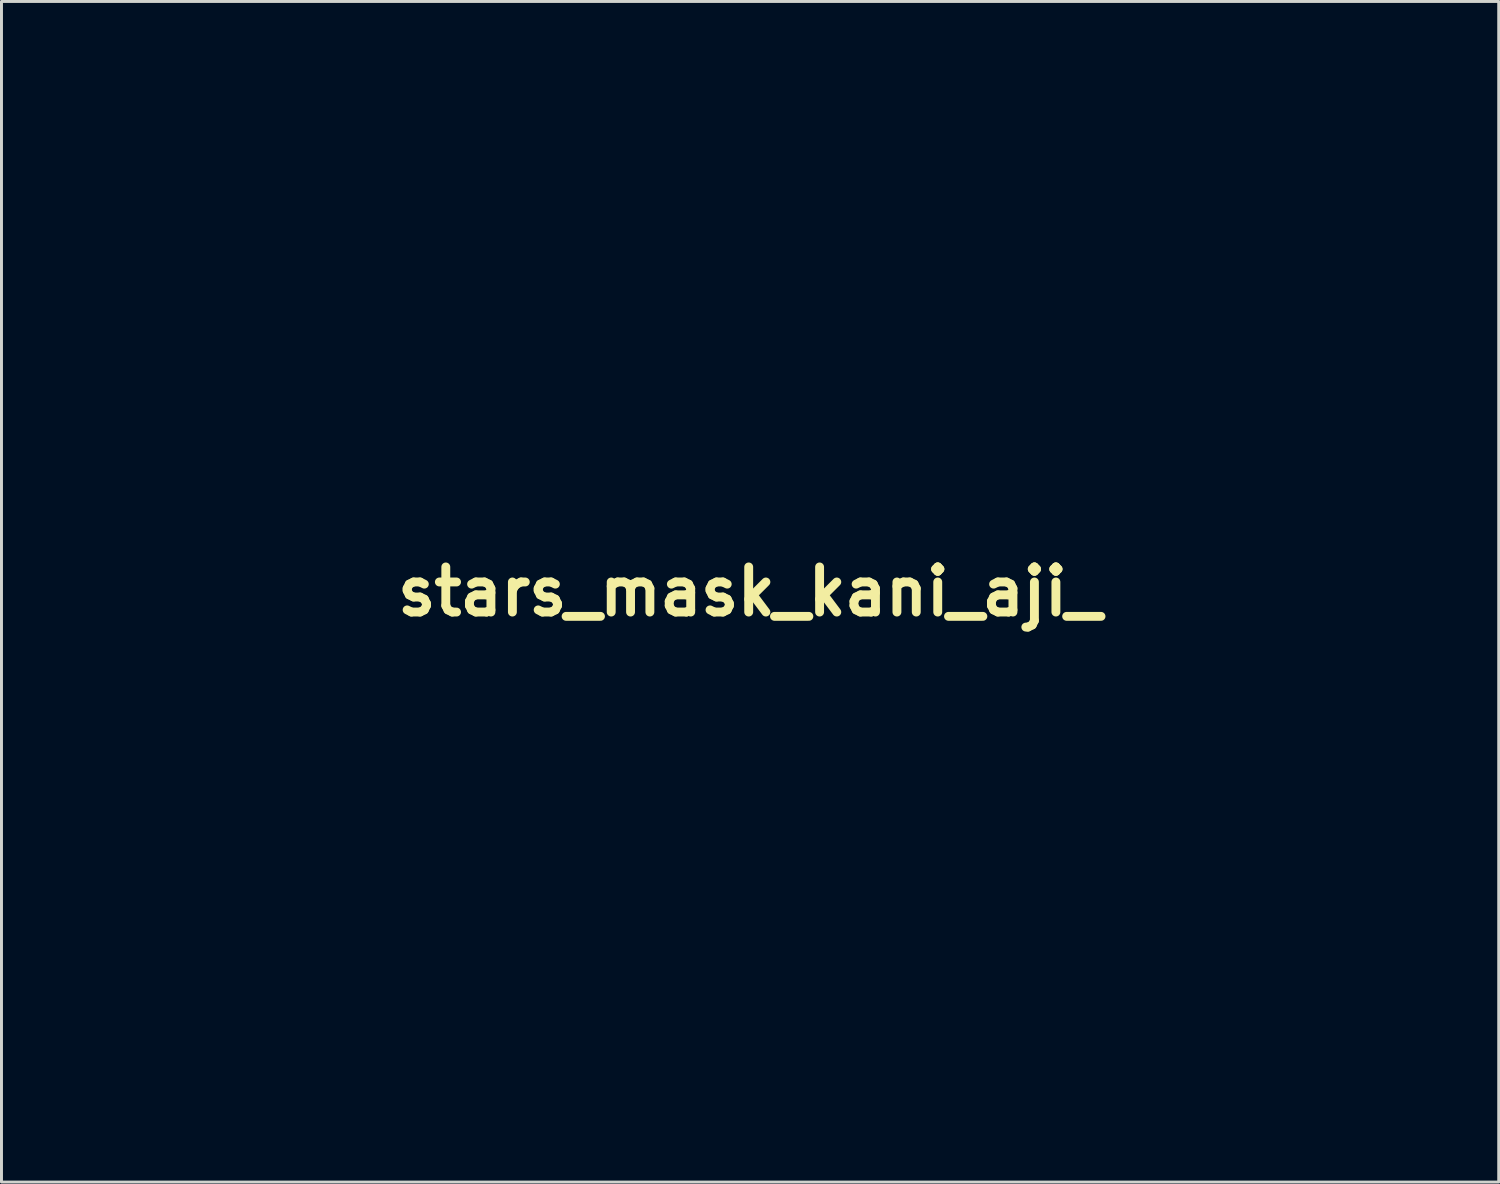
<source format=kicad_pcb>
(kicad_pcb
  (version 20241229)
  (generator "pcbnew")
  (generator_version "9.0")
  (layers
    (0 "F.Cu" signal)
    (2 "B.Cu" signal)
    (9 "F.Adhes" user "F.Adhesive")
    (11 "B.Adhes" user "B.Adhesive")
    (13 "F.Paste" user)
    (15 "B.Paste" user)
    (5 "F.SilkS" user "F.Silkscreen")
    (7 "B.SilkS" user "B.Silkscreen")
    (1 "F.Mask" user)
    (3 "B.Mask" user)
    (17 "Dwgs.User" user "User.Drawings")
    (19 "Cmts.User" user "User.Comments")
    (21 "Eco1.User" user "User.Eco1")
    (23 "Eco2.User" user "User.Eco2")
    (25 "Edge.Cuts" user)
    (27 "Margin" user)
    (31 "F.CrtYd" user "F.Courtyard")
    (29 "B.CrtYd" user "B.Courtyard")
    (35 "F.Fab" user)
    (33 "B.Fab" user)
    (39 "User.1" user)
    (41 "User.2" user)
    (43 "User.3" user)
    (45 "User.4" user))
  (footprint "stars_mask_kani_aji_"
    (layer "F.Cu")
    (at 22.279 16.937)
    (property "Reference" "stars_mask_kani_aji_" (at 0 0 0) (layer "F.SilkS") (effects (font (size 1.524 1.524) (thickness 0.3))))
    (attr through_hole)
    (fp_poly (pts (xy -14.33 -5.472) (xy -14.247 -5.392) (xy -14.211 -5.333) (xy -14.177 -5.237) (xy -14.184 -5.143) (xy -14.213 -5.066) (xy -14.282 -4.968) (xy -14.371 -4.91) (xy -14.472 -4.895) (xy -14.547 -4.915) (xy -14.643 -4.981) (xy -14.704 -5.073) (xy -14.727 -5.18) (xy -14.711 -5.29) (xy -14.654 -5.393) (xy -14.621 -5.428) (xy -14.522 -5.492) (xy -14.423 -5.506) (xy -14.33 -5.472)) (stroke (width 0.01) (type solid)) (fill yes) (layer "F.Mask"))
    (fp_poly (pts (xy 8.14 11.578) (xy 8.209 11.631) (xy 8.27 11.703) (xy 8.306 11.772) (xy 8.319 11.867) (xy 8.286 11.94) (xy 8.207 11.996) (xy 8.19 12.004) (xy 8.124 12.03) (xy 8.078 12.036) (xy 8.029 12.022) (xy 7.986 12.003) (xy 7.918 11.96) (xy 7.883 11.899) (xy 7.874 11.808) (xy 7.893 11.697) (xy 7.944 11.614) (xy 8.021 11.565) (xy 8.077 11.557) (xy 8.14 11.578)) (stroke (width 0.01) (type solid)) (fill yes) (layer "F.Mask"))
    (fp_poly (pts (xy 9.746 13.41) (xy 9.829 13.482) (xy 9.878 13.559) (xy 9.931 13.698) (xy 9.948 13.825) (xy 9.931 13.935) (xy 9.879 14.018) (xy 9.815 14.061) (xy 9.696 14.093) (xy 9.589 14.079) (xy 9.556 14.066) (xy 9.515 14.035) (xy 9.489 13.985) (xy 9.476 13.907) (xy 9.476 13.792) (xy 9.479 13.72) (xy 9.497 13.57) (xy 9.531 13.465) (xy 9.582 13.405) (xy 9.649 13.386) (xy 9.746 13.41)) (stroke (width 0.01) (type solid)) (fill yes) (layer "F.Mask"))
    (fp_poly (pts (xy -10.275 1.271) (xy -10.252 1.28) (xy -10.148 1.347) (xy -10.083 1.442) (xy -10.059 1.553) (xy -10.082 1.671) (xy -10.097 1.703) (xy -10.168 1.787) (xy -10.277 1.838) (xy -10.415 1.854) (xy -10.501 1.85) (xy -10.559 1.829) (xy -10.616 1.784) (xy -10.63 1.77) (xy -10.705 1.667) (xy -10.736 1.563) (xy -10.726 1.463) (xy -10.683 1.374) (xy -10.611 1.303) (xy -10.516 1.258) (xy -10.402 1.245) (xy -10.275 1.271)) (stroke (width 0.01) (type solid)) (fill yes) (layer "F.Mask"))
    (fp_poly (pts (xy 11.093 -16.885) (xy 11.109 -16.87) (xy 11.168 -16.781) (xy 11.194 -16.683) (xy 11.191 -16.586) (xy 11.159 -16.501) (xy 11.103 -16.438) (xy 11.023 -16.409) (xy 11.006 -16.409) (xy 10.956 -16.424) (xy 10.896 -16.462) (xy 10.891 -16.466) (xy 10.834 -16.529) (xy 10.787 -16.608) (xy 10.782 -16.618) (xy 10.759 -16.686) (xy 10.759 -16.734) (xy 10.782 -16.788) (xy 10.849 -16.882) (xy 10.927 -16.93) (xy 11.011 -16.932) (xy 11.093 -16.885)) (stroke (width 0.01) (type solid)) (fill yes) (layer "F.Mask"))
    (fp_poly (pts (xy 12.567 -1.77) (xy 12.672 -1.715) (xy 12.749 -1.636) (xy 12.763 -1.61) (xy 12.792 -1.506) (xy 12.8 -1.38) (xy 12.785 -1.255) (xy 12.759 -1.175) (xy 12.692 -1.089) (xy 12.593 -1.029) (xy 12.476 -0.997) (xy 12.355 -0.997) (xy 12.242 -1.032) (xy 12.215 -1.048) (xy 12.119 -1.14) (xy 12.06 -1.255) (xy 12.038 -1.383) (xy 12.052 -1.512) (xy 12.102 -1.632) (xy 12.189 -1.73) (xy 12.224 -1.754) (xy 12.328 -1.794) (xy 12.447 -1.797) (xy 12.567 -1.77)) (stroke (width 0.01) (type solid)) (fill yes) (layer "F.Mask"))
    (fp_poly (pts (xy -12.252 -8.147) (xy -12.088 -8.116) (xy -11.961 -8.052) (xy -11.882 -7.974) (xy -11.826 -7.863) (xy -11.802 -7.737) (xy -11.812 -7.611) (xy -11.854 -7.5) (xy -11.888 -7.454) (xy -11.963 -7.404) (xy -12.074 -7.368) (xy -12.206 -7.347) (xy -12.345 -7.345) (xy -12.477 -7.363) (xy -12.484 -7.364) (xy -12.609 -7.412) (xy -12.693 -7.486) (xy -12.738 -7.592) (xy -12.75 -7.714) (xy -12.73 -7.871) (xy -12.672 -7.995) (xy -12.578 -8.083) (xy -12.45 -8.135) (xy -12.29 -8.149) (xy -12.252 -8.147)) (stroke (width 0.01) (type solid)) (fill yes) (layer "F.Mask"))
    (fp_poly (pts (xy -4.605 -3.018) (xy -4.523 -2.998) (xy -4.472 -2.957) (xy -4.443 -2.887) (xy -4.429 -2.79) (xy -4.426 -2.69) (xy -4.442 -2.627) (xy -4.484 -2.589) (xy -4.561 -2.564) (xy -4.562 -2.564) (xy -4.699 -2.543) (xy -4.807 -2.552) (xy -4.889 -2.587) (xy -4.975 -2.65) (xy -5.023 -2.718) (xy -5.046 -2.803) (xy -5.049 -2.874) (xy -5.021 -2.929) (xy -4.995 -2.957) (xy -4.957 -2.991) (xy -4.916 -3.01) (xy -4.856 -3.02) (xy -4.765 -3.022) (xy -4.729 -3.023) (xy -4.605 -3.018)) (stroke (width 0.01) (type solid)) (fill yes) (layer "F.Mask"))
    (fp_poly (pts (xy 9.164 -10.67) (xy 9.266 -10.607) (xy 9.331 -10.535) (xy 9.398 -10.431) (xy 9.436 -10.324) (xy 9.453 -10.194) (xy 9.454 -10.132) (xy 9.44 -9.973) (xy 9.399 -9.835) (xy 9.336 -9.722) (xy 9.256 -9.638) (xy 9.163 -9.589) (xy 9.065 -9.578) (xy 8.965 -9.611) (xy 8.907 -9.652) (xy 8.823 -9.752) (xy 8.752 -9.891) (xy 8.696 -10.058) (xy 8.685 -10.105) (xy 8.672 -10.257) (xy 8.705 -10.391) (xy 8.785 -10.514) (xy 8.828 -10.559) (xy 8.944 -10.646) (xy 9.056 -10.684) (xy 9.164 -10.67)) (stroke (width 0.01) (type solid)) (fill yes) (layer "F.Mask"))
    (fp_poly (pts (xy 0.555 -16.724) (xy 0.655 -16.686) (xy 0.755 -16.634) (xy 0.835 -16.577) (xy 0.856 -16.557) (xy 0.907 -16.486) (xy 0.953 -16.397) (xy 0.983 -16.311) (xy 0.991 -16.265) (xy 0.973 -16.19) (xy 0.93 -16.102) (xy 0.873 -16.021) (xy 0.816 -15.97) (xy 0.704 -15.931) (xy 0.581 -15.933) (xy 0.467 -15.976) (xy 0.455 -15.984) (xy 0.375 -16.059) (xy 0.302 -16.167) (xy 0.244 -16.29) (xy 0.214 -16.402) (xy 0.215 -16.528) (xy 0.255 -16.63) (xy 0.33 -16.701) (xy 0.435 -16.736) (xy 0.475 -16.738) (xy 0.555 -16.724)) (stroke (width 0.01) (type solid)) (fill yes) (layer "F.Mask"))
    (fp_poly (pts (xy -15.924 -4.317) (xy -15.847 -4.259) (xy -15.794 -4.167) (xy -15.768 -4.05) (xy -15.771 -3.92) (xy -15.805 -3.786) (xy -15.817 -3.758) (xy -15.882 -3.651) (xy -15.975 -3.549) (xy -16.083 -3.464) (xy -16.195 -3.404) (xy -16.296 -3.378) (xy -16.306 -3.378) (xy -16.356 -3.394) (xy -16.419 -3.435) (xy -16.44 -3.452) (xy -16.489 -3.502) (xy -16.513 -3.551) (xy -16.521 -3.618) (xy -16.521 -3.662) (xy -16.496 -3.816) (xy -16.43 -3.975) (xy -16.329 -4.124) (xy -16.254 -4.203) (xy -16.152 -4.287) (xy -16.065 -4.33) (xy -15.983 -4.335) (xy -15.924 -4.317)) (stroke (width 0.01) (type solid)) (fill yes) (layer "F.Mask"))
    (fp_poly (pts (xy -16.244 -10.282) (xy -16.123 -10.258) (xy -16.035 -10.206) (xy -15.974 -10.121) (xy -15.939 -9.999) (xy -15.927 -9.834) (xy -15.927 -9.804) (xy -15.945 -9.635) (xy -15.999 -9.49) (xy -16.082 -9.374) (xy -16.191 -9.295) (xy -16.253 -9.271) (xy -16.323 -9.254) (xy -16.374 -9.249) (xy -16.424 -9.262) (xy -16.494 -9.293) (xy -16.528 -9.31) (xy -16.642 -9.389) (xy -16.746 -9.502) (xy -16.828 -9.633) (xy -16.865 -9.727) (xy -16.876 -9.853) (xy -16.838 -9.979) (xy -16.752 -10.099) (xy -16.728 -10.124) (xy -16.593 -10.221) (xy -16.437 -10.274) (xy -16.258 -10.283) (xy -16.244 -10.282)) (stroke (width 0.01) (type solid)) (fill yes) (layer "F.Mask"))
    (fp_poly (pts (xy 5.535 5.066) (xy 5.735 5.117) (xy 5.923 5.211) (xy 6.033 5.297) (xy 6.098 5.387) (xy 6.117 5.485) (xy 6.091 5.593) (xy 6.018 5.714) (xy 5.898 5.849) (xy 5.826 5.918) (xy 5.668 6.046) (xy 5.511 6.141) (xy 5.361 6.199) (xy 5.224 6.218) (xy 5.107 6.197) (xy 5.105 6.196) (xy 5.033 6.151) (xy 4.948 6.077) (xy 4.863 5.988) (xy 4.794 5.897) (xy 4.768 5.855) (xy 4.72 5.712) (xy 4.718 5.565) (xy 4.76 5.424) (xy 4.844 5.298) (xy 4.951 5.205) (xy 5.137 5.111) (xy 5.333 5.064) (xy 5.535 5.066)) (stroke (width 0.01) (type solid)) (fill yes) (layer "F.Mask"))
    (fp_poly (pts (xy -4.321 -11.945) (xy -4.213 -11.93) (xy -4.132 -11.901) (xy -4.098 -11.873) (xy -4.08 -11.822) (xy -4.069 -11.735) (xy -4.063 -11.626) (xy -4.063 -11.508) (xy -4.068 -11.396) (xy -4.08 -11.303) (xy -4.096 -11.244) (xy -4.1 -11.238) (xy -4.126 -11.213) (xy -4.167 -11.198) (xy -4.235 -11.188) (xy -4.34 -11.183) (xy -4.36 -11.182) (xy -4.519 -11.184) (xy -4.628 -11.199) (xy -4.663 -11.211) (xy -4.741 -11.273) (xy -4.791 -11.377) (xy -4.812 -11.522) (xy -4.813 -11.57) (xy -4.8 -11.694) (xy -4.766 -11.8) (xy -4.715 -11.874) (xy -4.675 -11.901) (xy -4.565 -11.931) (xy -4.443 -11.945) (xy -4.321 -11.945)) (stroke (width 0.01) (type solid)) (fill yes) (layer "F.Mask"))
    (fp_poly (pts (xy 17.844 13.295) (xy 17.93 13.314) (xy 17.952 13.319) (xy 18.138 13.381) (xy 18.294 13.466) (xy 18.419 13.569) (xy 18.507 13.686) (xy 18.555 13.812) (xy 18.559 13.941) (xy 18.519 14.066) (xy 18.433 14.199) (xy 18.338 14.282) (xy 18.229 14.318) (xy 18.105 14.308) (xy 18.082 14.301) (xy 17.995 14.267) (xy 17.887 14.215) (xy 17.773 14.152) (xy 17.666 14.087) (xy 17.579 14.026) (xy 17.53 13.983) (xy 17.465 13.873) (xy 17.436 13.739) (xy 17.444 13.597) (xy 17.448 13.582) (xy 17.489 13.464) (xy 17.554 13.382) (xy 17.654 13.326) (xy 17.665 13.321) (xy 17.73 13.299) (xy 17.784 13.29) (xy 17.844 13.295)) (stroke (width 0.01) (type solid)) (fill yes) (layer "F.Mask"))
    (fp_poly (pts (xy -10.306 -15.252) (xy -10.177 -15.206) (xy -10.16 -15.197) (xy -10.069 -15.142) (xy -9.964 -15.062) (xy -9.855 -14.967) (xy -9.754 -14.869) (xy -9.672 -14.777) (xy -9.619 -14.701) (xy -9.615 -14.694) (xy -9.59 -14.63) (xy -9.59 -14.583) (xy -9.612 -14.533) (xy -9.66 -14.474) (xy -9.73 -14.422) (xy -9.746 -14.414) (xy -9.851 -14.381) (xy -9.986 -14.363) (xy -10.134 -14.359) (xy -10.277 -14.372) (xy -10.36 -14.39) (xy -10.495 -14.437) (xy -10.628 -14.499) (xy -10.746 -14.57) (xy -10.834 -14.64) (xy -10.861 -14.669) (xy -10.913 -14.77) (xy -10.917 -14.877) (xy -10.874 -14.995) (xy -10.839 -15.051) (xy -10.741 -15.165) (xy -10.629 -15.234) (xy -10.492 -15.264) (xy -10.438 -15.265) (xy -10.306 -15.252)) (stroke (width 0.01) (type solid)) (fill yes) (layer "F.Mask"))
    (fp_poly (pts (xy 7.446 14.734) (xy 7.587 14.768) (xy 7.697 14.829) (xy 7.783 14.921) (xy 7.83 14.999) (xy 7.865 15.103) (xy 7.882 15.235) (xy 7.881 15.376) (xy 7.863 15.507) (xy 7.84 15.58) (xy 7.788 15.665) (xy 7.704 15.764) (xy 7.599 15.867) (xy 7.485 15.962) (xy 7.373 16.039) (xy 7.327 16.065) (xy 7.205 16.113) (xy 7.072 16.142) (xy 6.944 16.151) (xy 6.838 16.138) (xy 6.814 16.13) (xy 6.745 16.074) (xy 6.688 15.977) (xy 6.645 15.844) (xy 6.617 15.684) (xy 6.607 15.503) (xy 6.61 15.38) (xy 6.636 15.187) (xy 6.688 15.031) (xy 6.77 14.908) (xy 6.886 14.81) (xy 6.947 14.775) (xy 7.013 14.746) (xy 7.087 14.73) (xy 7.185 14.723) (xy 7.264 14.722) (xy 7.446 14.734)) (stroke (width 0.01) (type solid)) (fill yes) (layer "F.Mask"))
    (fp_poly (pts (xy 10.898 9.97) (xy 11.029 10.007) (xy 11.187 10.066) (xy 11.363 10.143) (xy 11.508 10.213) (xy 11.644 10.285) (xy 11.74 10.342) (xy 11.804 10.391) (xy 11.841 10.439) (xy 11.858 10.49) (xy 11.862 10.547) (xy 11.85 10.647) (xy 11.811 10.75) (xy 11.742 10.862) (xy 11.639 10.99) (xy 11.506 11.131) (xy 11.368 11.264) (xy 11.249 11.36) (xy 11.14 11.423) (xy 11.029 11.458) (xy 10.906 11.469) (xy 10.762 11.459) (xy 10.723 11.454) (xy 10.54 11.419) (xy 10.398 11.367) (xy 10.29 11.292) (xy 10.208 11.189) (xy 10.162 11.099) (xy 10.107 10.912) (xy 10.102 10.724) (xy 10.148 10.538) (xy 10.243 10.355) (xy 10.36 10.206) (xy 10.497 10.079) (xy 10.635 9.996) (xy 10.768 9.959) (xy 10.802 9.957) (xy 10.898 9.97)) (stroke (width 0.01) (type solid)) (fill yes) (layer "F.Mask"))
    (fp_poly (pts (xy -20.755 -11.307) (xy -20.624 -11.258) (xy -20.504 -11.173) (xy -20.381 -11.048) (xy -20.361 -11.025) (xy -20.251 -10.874) (xy -20.179 -10.722) (xy -20.142 -10.553) (xy -20.132 -10.376) (xy -20.139 -10.221) (xy -20.162 -10.084) (xy -20.205 -9.949) (xy -20.273 -9.801) (xy -20.346 -9.667) (xy -20.462 -9.482) (xy -20.57 -9.343) (xy -20.67 -9.252) (xy -20.705 -9.231) (xy -20.794 -9.197) (xy -20.918 -9.167) (xy -21.062 -9.142) (xy -21.211 -9.125) (xy -21.347 -9.119) (xy -21.46 -9.123) (xy -21.549 -9.139) (xy -21.639 -9.173) (xy -21.688 -9.197) (xy -21.855 -9.299) (xy -22.005 -9.425) (xy -22.126 -9.565) (xy -22.191 -9.671) (xy -22.248 -9.836) (xy -22.274 -10.026) (xy -22.271 -10.227) (xy -22.239 -10.422) (xy -22.178 -10.598) (xy -22.142 -10.668) (xy -21.988 -10.875) (xy -21.801 -11.047) (xy -21.585 -11.181) (xy -21.348 -11.273) (xy -21.097 -11.32) (xy -21.096 -11.32) (xy -20.909 -11.326) (xy -20.755 -11.307)) (stroke (width 0.01) (type solid)) (fill yes) (layer "F.Mask"))
    (fp_poly (pts (xy -3.797 14.963) (xy -3.664 14.973) (xy -3.56 14.993) (xy -3.475 15.026) (xy -3.399 15.076) (xy -3.322 15.145) (xy -3.307 15.16) (xy -3.134 15.358) (xy -3.008 15.556) (xy -2.931 15.754) (xy -2.902 15.948) (xy -2.922 16.138) (xy -2.985 16.308) (xy -3.055 16.419) (xy -3.155 16.544) (xy -3.272 16.668) (xy -3.392 16.777) (xy -3.503 16.859) (xy -3.518 16.868) (xy -3.594 16.908) (xy -3.663 16.93) (xy -3.745 16.939) (xy -3.835 16.94) (xy -3.954 16.934) (xy -4.074 16.919) (xy -4.164 16.901) (xy -4.323 16.843) (xy -4.462 16.757) (xy -4.589 16.635) (xy -4.7 16.493) (xy -4.805 16.311) (xy -4.877 16.114) (xy -4.917 15.912) (xy -4.925 15.712) (xy -4.901 15.522) (xy -4.846 15.349) (xy -4.759 15.201) (xy -4.656 15.098) (xy -4.574 15.045) (xy -4.48 15.007) (xy -4.366 14.982) (xy -4.222 14.967) (xy -4.038 14.961) (xy -3.97 14.961) (xy -3.797 14.963)) (stroke (width 0.01) (type solid)) (fill yes) (layer "F.Mask"))
    (fp_poly (pts (xy 21.149 -5.253) (xy 21.389 -5.189) (xy 21.631 -5.081) (xy 21.839 -4.953) (xy 22.007 -4.82) (xy 22.131 -4.684) (xy 22.216 -4.534) (xy 22.269 -4.36) (xy 22.294 -4.152) (xy 22.296 -4.115) (xy 22.294 -3.859) (xy 22.27 -3.626) (xy 22.223 -3.421) (xy 22.155 -3.251) (xy 22.077 -3.132) (xy 22.017 -3.073) (xy 21.931 -3.003) (xy 21.833 -2.93) (xy 21.736 -2.865) (xy 21.653 -2.817) (xy 21.611 -2.799) (xy 21.412 -2.762) (xy 21.181 -2.765) (xy 21.12 -2.772) (xy 20.8 -2.835) (xy 20.498 -2.94) (xy 20.222 -3.083) (xy 20.037 -3.213) (xy 19.949 -3.289) (xy 19.886 -3.361) (xy 19.842 -3.44) (xy 19.815 -3.538) (xy 19.8 -3.664) (xy 19.792 -3.83) (xy 19.792 -3.835) (xy 19.795 -4.109) (xy 19.823 -4.344) (xy 19.879 -4.548) (xy 19.963 -4.729) (xy 20.079 -4.892) (xy 20.117 -4.936) (xy 20.286 -5.085) (xy 20.478 -5.191) (xy 20.688 -5.254) (xy 20.914 -5.275) (xy 21.149 -5.253)) (stroke (width 0.01) (type solid)) (fill yes) (layer "F.Mask")))
  (gr_rect
    (start -3 -3)
    (end 47.58 36.882)
    (stroke (width 0.1) (type default))
    (fill no)
    (layer "Edge.Cuts")))
</source>
